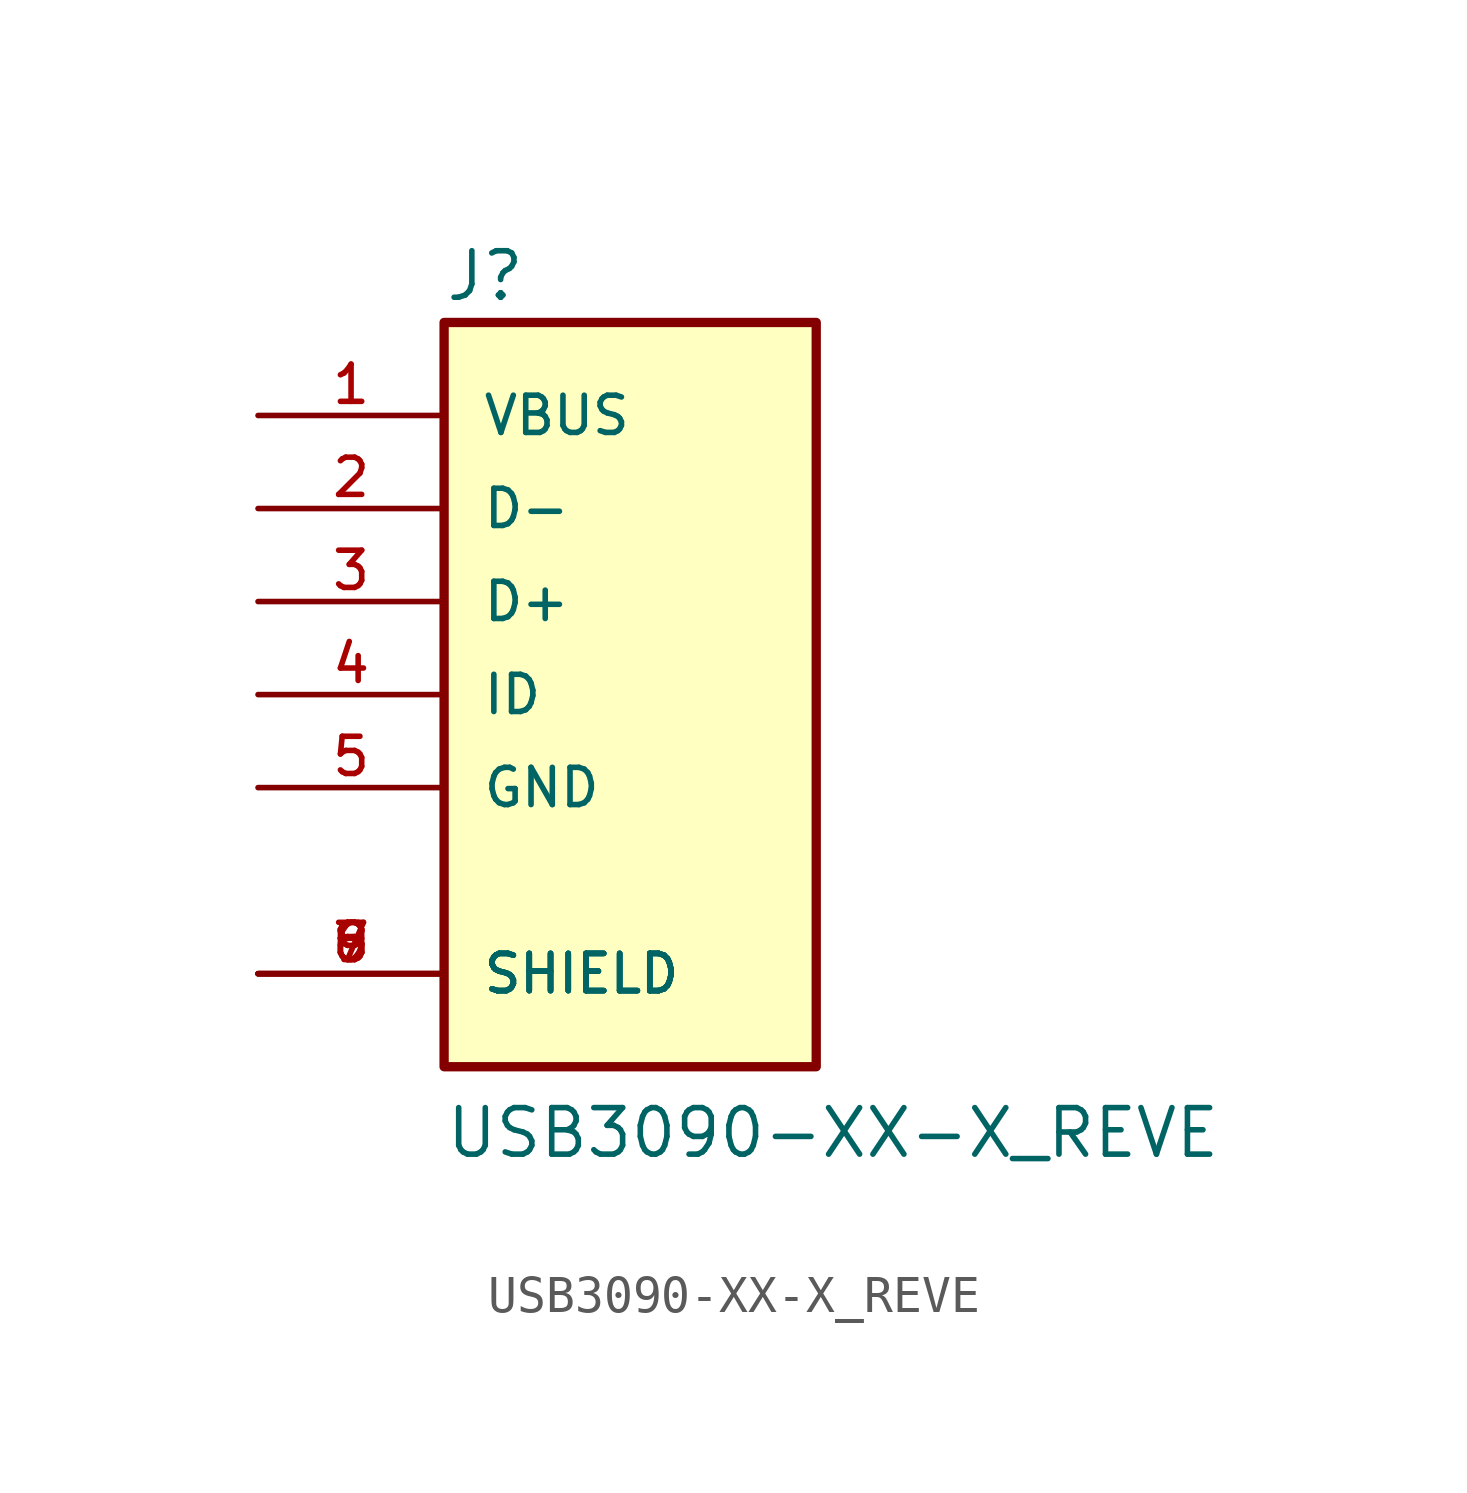
<source format=kicad_sym>
(kicad_symbol_lib
  (version 20220914)
  (generator kicad_symbol_editor)
  (symbol "USB3090-XX-X_REVE"
    (pin_names
      (offset 1.016))
    (property "Reference" "J"
      (at -5.088 10.685 0)
      (effects (font (size 1.27 1.27)) (justify left bottom)))
    (property "Value" "USB3090-XX-X_REVE"
      (at -5.084 -12.71 0)
      (effects (font (size 1.27 1.27)) (justify left bottom)))
    (symbol "USB3090-XX-X_REVE_0_0"
      (rectangle (start -5.08 -10.16) (end 5.08 10.16) (stroke (width 0.254) (type default)) (fill (type background)))
      (pin power_in line (at -10.16 7.62 0) (length 5.08) (name "VBUS" (effects (font (size 1.016 1.016)))) (number "1" (effects (font (size 1.016 1.016)))))
      (pin bidirectional line (at -10.16 5.08 0) (length 5.08) (name "D-" (effects (font (size 1.016 1.016)))) (number "2" (effects (font (size 1.016 1.016)))))
      (pin bidirectional line (at -10.16 2.54 0) (length 5.08) (name "D+" (effects (font (size 1.016 1.016)))) (number "3" (effects (font (size 1.016 1.016)))))
      (pin bidirectional line (at -10.16 0 0) (length 5.08) (name "ID" (effects (font (size 1.016 1.016)))) (number "4" (effects (font (size 1.016 1.016)))))
      (pin power_in line (at -10.16 -2.54 0) (length 5.08) (name "GND" (effects (font (size 1.016 1.016)))) (number "5" (effects (font (size 1.016 1.016)))))
      (pin power_in line (at -10.16 -7.62 0) (length 5.08) (name "SHIELD" (effects (font (size 1.016 1.016)))) (number "6" (effects (font (size 1.016 1.016)))))
      (pin power_in line (at -10.16 -7.62 0) (length 5.08) (name "SHIELD" (effects (font (size 1.016 1.016)))) (number "7" (effects (font (size 1.016 1.016)))))
      (pin power_in line (at -10.16 -7.62 0) (length 5.08) (name "SHIELD" (effects (font (size 1.016 1.016)))) (number "8" (effects (font (size 1.016 1.016)))))
      (pin power_in line (at -10.16 -7.62 0) (length 5.08) (name "SHIELD" (effects (font (size 1.016 1.016)))) (number "9" (effects (font (size 1.016 1.016))))))))
</source>
